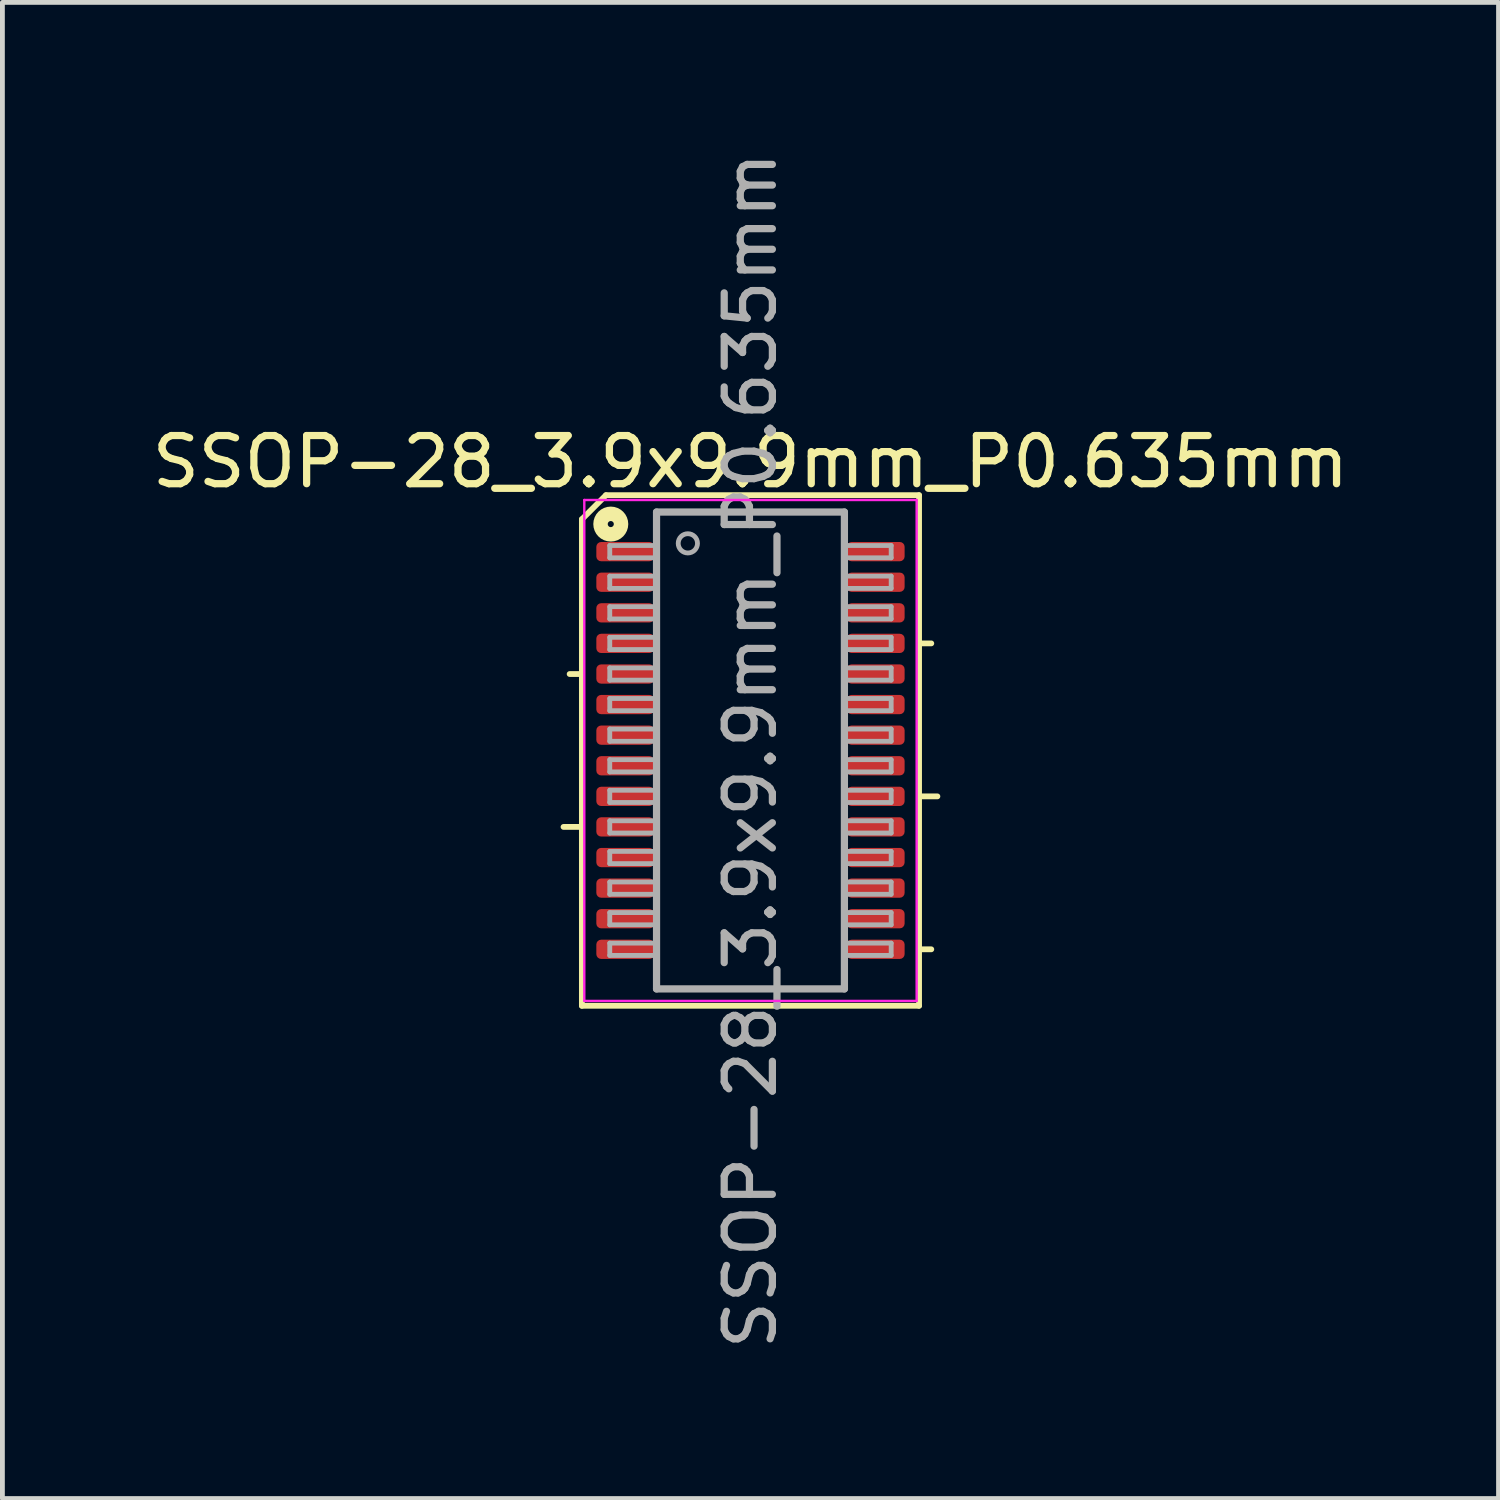
<source format=kicad_pcb>
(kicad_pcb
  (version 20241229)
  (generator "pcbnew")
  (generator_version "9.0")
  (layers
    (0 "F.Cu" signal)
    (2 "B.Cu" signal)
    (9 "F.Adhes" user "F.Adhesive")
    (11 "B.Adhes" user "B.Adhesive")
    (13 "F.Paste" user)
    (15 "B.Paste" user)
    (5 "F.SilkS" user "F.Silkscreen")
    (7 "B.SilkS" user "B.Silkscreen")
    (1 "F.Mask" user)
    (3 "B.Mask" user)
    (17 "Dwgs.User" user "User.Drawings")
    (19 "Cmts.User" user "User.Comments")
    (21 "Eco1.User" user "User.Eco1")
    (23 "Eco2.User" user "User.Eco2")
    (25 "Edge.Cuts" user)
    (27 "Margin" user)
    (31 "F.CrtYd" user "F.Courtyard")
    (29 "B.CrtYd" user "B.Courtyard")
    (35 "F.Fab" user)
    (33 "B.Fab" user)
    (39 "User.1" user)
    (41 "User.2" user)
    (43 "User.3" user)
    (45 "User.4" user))
  (footprint "SSOP-28_3.9x9.9mm_P0.635mm"
    (layer "F.Cu")
    (at 12.53 12.53)
    (property "Reference" "SSOP-28_3.9x9.9mm_P0.635mm" (at 0 -5.993 0) (layer "F.SilkS") (effects (font (size 1 1) (thickness 0.15))))
    (attr smd)
    (fp_line (start -3.5 -4.8) (end -3.5 5.3) (stroke (width 0.12) (type solid)) (layer "F.SilkS"))
    (fp_line (start -3.5 -4.8) (end -3 -5.3) (stroke (width 0.12) (type solid)) (layer "F.SilkS"))
    (fp_line (start -3.5 -1.587) (end -3.754 -1.587) (stroke (width 0.12) (type solid)) (layer "F.SilkS"))
    (fp_line (start -3.5 1.587) (end -3.881 1.587) (stroke (width 0.12) (type solid)) (layer "F.SilkS"))
    (fp_line (start -3.5 5.3) (end 3.5 5.3) (stroke (width 0.12) (type solid)) (layer "F.SilkS"))
    (fp_line (start 3.5 -5.3) (end -3 -5.3) (stroke (width 0.12) (type solid)) (layer "F.SilkS"))
    (fp_line (start 3.5 -2.223) (end 3.754 -2.223) (stroke (width 0.12) (type solid)) (layer "F.SilkS"))
    (fp_line (start 3.5 0.953) (end 3.881 0.953) (stroke (width 0.12) (type solid)) (layer "F.SilkS"))
    (fp_line (start 3.5 4.128) (end 3.754 4.128) (stroke (width 0.12) (type solid)) (layer "F.SilkS"))
    (fp_line (start 3.5 5.3) (end 3.5 -5.3) (stroke (width 0.12) (type solid)) (layer "F.SilkS"))
    (fp_circle (center -2.9 -4.7) (end -2.837 -4.7) (stroke (width 0.3) (type solid)) (fill no) (layer "F.SilkS"))
    (fp_line (start -3.45 -5.2) (end -3.45 5.2) (stroke (width 0.05) (type solid)) (layer "F.CrtYd"))
    (fp_line (start -3.45 -5.2) (end 3.45 -5.2) (stroke (width 0.05) (type solid)) (layer "F.CrtYd"))
    (fp_line (start -3.45 5.2) (end 3.45 5.2) (stroke (width 0.05) (type solid)) (layer "F.CrtYd"))
    (fp_line (start 3.45 -5.2) (end 3.45 5.2) (stroke (width 0.05) (type solid)) (layer "F.CrtYd"))
    (fp_line (start -2.921 -4.255) (end -2.921 -4) (stroke (width 0.1) (type solid)) (layer "F.Fab"))
    (fp_line (start -2.921 -4.255) (end -1.968 -4.255) (stroke (width 0.1) (type solid)) (layer "F.Fab"))
    (fp_line (start -2.921 -4) (end -1.968 -4) (stroke (width 0.1) (type solid)) (layer "F.Fab"))
    (fp_line (start -2.921 -3.619) (end -2.921 -3.365) (stroke (width 0.1) (type solid)) (layer "F.Fab"))
    (fp_line (start -2.921 -3.619) (end -1.968 -3.619) (stroke (width 0.1) (type solid)) (layer "F.Fab"))
    (fp_line (start -2.921 -3.365) (end -1.968 -3.365) (stroke (width 0.1) (type solid)) (layer "F.Fab"))
    (fp_line (start -2.921 -2.985) (end -2.921 -2.731) (stroke (width 0.1) (type solid)) (layer "F.Fab"))
    (fp_line (start -2.921 -2.985) (end -1.968 -2.985) (stroke (width 0.1) (type solid)) (layer "F.Fab"))
    (fp_line (start -2.921 -2.731) (end -1.968 -2.731) (stroke (width 0.1) (type solid)) (layer "F.Fab"))
    (fp_line (start -2.921 -2.349) (end -2.921 -2.095) (stroke (width 0.1) (type solid)) (layer "F.Fab"))
    (fp_line (start -2.921 -2.349) (end -1.968 -2.349) (stroke (width 0.1) (type solid)) (layer "F.Fab"))
    (fp_line (start -2.921 -2.095) (end -1.968 -2.095) (stroke (width 0.1) (type solid)) (layer "F.Fab"))
    (fp_line (start -2.921 -1.714) (end -2.921 -1.46) (stroke (width 0.1) (type solid)) (layer "F.Fab"))
    (fp_line (start -2.921 -1.714) (end -1.968 -1.714) (stroke (width 0.1) (type solid)) (layer "F.Fab"))
    (fp_line (start -2.921 -1.46) (end -1.968 -1.46) (stroke (width 0.1) (type solid)) (layer "F.Fab"))
    (fp_line (start -2.921 -1.079) (end -2.921 -0.826) (stroke (width 0.1) (type solid)) (layer "F.Fab"))
    (fp_line (start -2.921 -1.079) (end -1.968 -1.079) (stroke (width 0.1) (type solid)) (layer "F.Fab"))
    (fp_line (start -2.921 -0.826) (end -1.968 -0.826) (stroke (width 0.1) (type solid)) (layer "F.Fab"))
    (fp_line (start -2.921 -0.445) (end -2.921 -0.191) (stroke (width 0.1) (type solid)) (layer "F.Fab"))
    (fp_line (start -2.921 -0.445) (end -1.968 -0.445) (stroke (width 0.1) (type solid)) (layer "F.Fab"))
    (fp_line (start -2.921 -0.191) (end -1.968 -0.191) (stroke (width 0.1) (type solid)) (layer "F.Fab"))
    (fp_line (start -2.921 0.191) (end -2.921 0.445) (stroke (width 0.1) (type solid)) (layer "F.Fab"))
    (fp_line (start -2.921 0.191) (end -1.968 0.191) (stroke (width 0.1) (type solid)) (layer "F.Fab"))
    (fp_line (start -2.921 0.445) (end -1.968 0.445) (stroke (width 0.1) (type solid)) (layer "F.Fab"))
    (fp_line (start -2.921 0.826) (end -2.921 1.079) (stroke (width 0.1) (type solid)) (layer "F.Fab"))
    (fp_line (start -2.921 0.826) (end -1.968 0.826) (stroke (width 0.1) (type solid)) (layer "F.Fab"))
    (fp_line (start -2.921 1.079) (end -1.968 1.079) (stroke (width 0.1) (type solid)) (layer "F.Fab"))
    (fp_line (start -2.921 1.46) (end -2.921 1.714) (stroke (width 0.1) (type solid)) (layer "F.Fab"))
    (fp_line (start -2.921 1.46) (end -1.968 1.46) (stroke (width 0.1) (type solid)) (layer "F.Fab"))
    (fp_line (start -2.921 1.714) (end -1.968 1.714) (stroke (width 0.1) (type solid)) (layer "F.Fab"))
    (fp_line (start -2.921 2.095) (end -2.921 2.349) (stroke (width 0.1) (type solid)) (layer "F.Fab"))
    (fp_line (start -2.921 2.095) (end -1.968 2.095) (stroke (width 0.1) (type solid)) (layer "F.Fab"))
    (fp_line (start -2.921 2.349) (end -1.968 2.349) (stroke (width 0.1) (type solid)) (layer "F.Fab"))
    (fp_line (start -2.921 2.731) (end -2.921 2.985) (stroke (width 0.1) (type solid)) (layer "F.Fab"))
    (fp_line (start -2.921 2.731) (end -1.968 2.731) (stroke (width 0.1) (type solid)) (layer "F.Fab"))
    (fp_line (start -2.921 2.985) (end -1.968 2.985) (stroke (width 0.1) (type solid)) (layer "F.Fab"))
    (fp_line (start -2.921 3.365) (end -2.921 3.619) (stroke (width 0.1) (type solid)) (layer "F.Fab"))
    (fp_line (start -2.921 3.365) (end -1.968 3.365) (stroke (width 0.1) (type solid)) (layer "F.Fab"))
    (fp_line (start -2.921 3.619) (end -1.968 3.619) (stroke (width 0.1) (type solid)) (layer "F.Fab"))
    (fp_line (start -2.921 4) (end -2.921 4.255) (stroke (width 0.1) (type solid)) (layer "F.Fab"))
    (fp_line (start -2.921 4) (end -1.968 4) (stroke (width 0.1) (type solid)) (layer "F.Fab"))
    (fp_line (start -2.921 4.255) (end -1.968 4.255) (stroke (width 0.1) (type solid)) (layer "F.Fab"))
    (fp_line (start -1.95 -4.95) (end 1.95 -4.95) (stroke (width 0.15) (type solid)) (layer "F.Fab"))
    (fp_line (start -1.95 4.95) (end -1.95 -4.95) (stroke (width 0.15) (type solid)) (layer "F.Fab"))
    (fp_line (start 1.95 -4.95) (end 1.95 4.95) (stroke (width 0.15) (type solid)) (layer "F.Fab"))
    (fp_line (start 1.95 4.95) (end -1.95 4.95) (stroke (width 0.15) (type solid)) (layer "F.Fab"))
    (fp_line (start 2.921 -4.255) (end 1.968 -4.255) (stroke (width 0.1) (type solid)) (layer "F.Fab"))
    (fp_line (start 2.921 -4) (end 1.968 -4) (stroke (width 0.1) (type solid)) (layer "F.Fab"))
    (fp_line (start 2.921 -4) (end 2.921 -4.255) (stroke (width 0.1) (type solid)) (layer "F.Fab"))
    (fp_line (start 2.921 -3.619) (end 1.968 -3.619) (stroke (width 0.1) (type solid)) (layer "F.Fab"))
    (fp_line (start 2.921 -3.365) (end 1.968 -3.365) (stroke (width 0.1) (type solid)) (layer "F.Fab"))
    (fp_line (start 2.921 -3.365) (end 2.921 -3.619) (stroke (width 0.1) (type solid)) (layer "F.Fab"))
    (fp_line (start 2.921 -2.985) (end 1.968 -2.985) (stroke (width 0.1) (type solid)) (layer "F.Fab"))
    (fp_line (start 2.921 -2.731) (end 1.968 -2.731) (stroke (width 0.1) (type solid)) (layer "F.Fab"))
    (fp_line (start 2.921 -2.731) (end 2.921 -2.985) (stroke (width 0.1) (type solid)) (layer "F.Fab"))
    (fp_line (start 2.921 -2.349) (end 1.968 -2.349) (stroke (width 0.1) (type solid)) (layer "F.Fab"))
    (fp_line (start 2.921 -2.095) (end 1.968 -2.095) (stroke (width 0.1) (type solid)) (layer "F.Fab"))
    (fp_line (start 2.921 -2.095) (end 2.921 -2.349) (stroke (width 0.1) (type solid)) (layer "F.Fab"))
    (fp_line (start 2.921 -1.714) (end 1.968 -1.714) (stroke (width 0.1) (type solid)) (layer "F.Fab"))
    (fp_line (start 2.921 -1.46) (end 1.968 -1.46) (stroke (width 0.1) (type solid)) (layer "F.Fab"))
    (fp_line (start 2.921 -1.46) (end 2.921 -1.714) (stroke (width 0.1) (type solid)) (layer "F.Fab"))
    (fp_line (start 2.921 -1.079) (end 1.968 -1.079) (stroke (width 0.1) (type solid)) (layer "F.Fab"))
    (fp_line (start 2.921 -0.826) (end 1.968 -0.826) (stroke (width 0.1) (type solid)) (layer "F.Fab"))
    (fp_line (start 2.921 -0.826) (end 2.921 -1.079) (stroke (width 0.1) (type solid)) (layer "F.Fab"))
    (fp_line (start 2.921 -0.445) (end 1.968 -0.445) (stroke (width 0.1) (type solid)) (layer "F.Fab"))
    (fp_line (start 2.921 -0.191) (end 1.968 -0.191) (stroke (width 0.1) (type solid)) (layer "F.Fab"))
    (fp_line (start 2.921 -0.191) (end 2.921 -0.445) (stroke (width 0.1) (type solid)) (layer "F.Fab"))
    (fp_line (start 2.921 0.191) (end 1.968 0.191) (stroke (width 0.1) (type solid)) (layer "F.Fab"))
    (fp_line (start 2.921 0.445) (end 1.968 0.445) (stroke (width 0.1) (type solid)) (layer "F.Fab"))
    (fp_line (start 2.921 0.445) (end 2.921 0.191) (stroke (width 0.1) (type solid)) (layer "F.Fab"))
    (fp_line (start 2.921 0.826) (end 1.968 0.826) (stroke (width 0.1) (type solid)) (layer "F.Fab"))
    (fp_line (start 2.921 1.079) (end 1.968 1.079) (stroke (width 0.1) (type solid)) (layer "F.Fab"))
    (fp_line (start 2.921 1.079) (end 2.921 0.826) (stroke (width 0.1) (type solid)) (layer "F.Fab"))
    (fp_line (start 2.921 1.46) (end 1.968 1.46) (stroke (width 0.1) (type solid)) (layer "F.Fab"))
    (fp_line (start 2.921 1.714) (end 1.968 1.714) (stroke (width 0.1) (type solid)) (layer "F.Fab"))
    (fp_line (start 2.921 1.714) (end 2.921 1.46) (stroke (width 0.1) (type solid)) (layer "F.Fab"))
    (fp_line (start 2.921 2.095) (end 1.968 2.095) (stroke (width 0.1) (type solid)) (layer "F.Fab"))
    (fp_line (start 2.921 2.349) (end 1.968 2.349) (stroke (width 0.1) (type solid)) (layer "F.Fab"))
    (fp_line (start 2.921 2.349) (end 2.921 2.095) (stroke (width 0.1) (type solid)) (layer "F.Fab"))
    (fp_line (start 2.921 2.731) (end 1.968 2.731) (stroke (width 0.1) (type solid)) (layer "F.Fab"))
    (fp_line (start 2.921 2.985) (end 1.968 2.985) (stroke (width 0.1) (type solid)) (layer "F.Fab"))
    (fp_line (start 2.921 2.985) (end 2.921 2.731) (stroke (width 0.1) (type solid)) (layer "F.Fab"))
    (fp_line (start 2.921 3.365) (end 1.968 3.365) (stroke (width 0.1) (type solid)) (layer "F.Fab"))
    (fp_line (start 2.921 3.619) (end 1.968 3.619) (stroke (width 0.1) (type solid)) (layer "F.Fab"))
    (fp_line (start 2.921 3.619) (end 2.921 3.365) (stroke (width 0.1) (type solid)) (layer "F.Fab"))
    (fp_line (start 2.921 4) (end 1.968 4) (stroke (width 0.1) (type solid)) (layer "F.Fab"))
    (fp_line (start 2.921 4.255) (end 1.968 4.255) (stroke (width 0.1) (type solid)) (layer "F.Fab"))
    (fp_line (start 2.921 4.255) (end 2.921 4) (stroke (width 0.1) (type solid)) (layer "F.Fab"))
    (fp_circle (center -1.3 -4.3) (end -1.1 -4.3) (stroke (width 0.1) (type solid)) (fill no) (layer "F.Fab"))
    (fp_text user "${REFERENCE}" (at 0 0 90) (layer "F.Fab") (effects (font (size 1 1) (thickness 0.15))))
    (pad "1" smd roundrect (at -2.6 -4.128) (size 1.2 0.4) (layers "F.Cu" "F.Mask" "F.Paste") (roundrect_rratio 0.25))
    (pad "2" smd roundrect (at -2.6 -3.493) (size 1.2 0.4) (layers "F.Cu" "F.Mask" "F.Paste") (roundrect_rratio 0.25))
    (pad "3" smd roundrect (at -2.6 -2.857) (size 1.2 0.4) (layers "F.Cu" "F.Mask" "F.Paste") (roundrect_rratio 0.25))
    (pad "4" smd roundrect (at -2.6 -2.223) (size 1.2 0.4) (layers "F.Cu" "F.Mask" "F.Paste") (roundrect_rratio 0.25))
    (pad "5" smd roundrect (at -2.6 -1.587) (size 1.2 0.4) (layers "F.Cu" "F.Mask" "F.Paste") (roundrect_rratio 0.25))
    (pad "6" smd roundrect (at -2.6 -0.953) (size 1.2 0.4) (layers "F.Cu" "F.Mask" "F.Paste") (roundrect_rratio 0.25))
    (pad "7" smd roundrect (at -2.6 -0.318) (size 1.2 0.4) (layers "F.Cu" "F.Mask" "F.Paste") (roundrect_rratio 0.25))
    (pad "8" smd roundrect (at -2.6 0.318) (size 1.2 0.4) (layers "F.Cu" "F.Mask" "F.Paste") (roundrect_rratio 0.25))
    (pad "9" smd roundrect (at -2.6 0.953) (size 1.2 0.4) (layers "F.Cu" "F.Mask" "F.Paste") (roundrect_rratio 0.25))
    (pad "10" smd roundrect (at -2.6 1.587) (size 1.2 0.4) (layers "F.Cu" "F.Mask" "F.Paste") (roundrect_rratio 0.25))
    (pad "11" smd roundrect (at -2.6 2.223) (size 1.2 0.4) (layers "F.Cu" "F.Mask" "F.Paste") (roundrect_rratio 0.25))
    (pad "12" smd roundrect (at -2.6 2.857) (size 1.2 0.4) (layers "F.Cu" "F.Mask" "F.Paste") (roundrect_rratio 0.25))
    (pad "13" smd roundrect (at -2.6 3.493) (size 1.2 0.4) (layers "F.Cu" "F.Mask" "F.Paste") (roundrect_rratio 0.25))
    (pad "14" smd roundrect (at -2.6 4.128) (size 1.2 0.4) (layers "F.Cu" "F.Mask" "F.Paste") (roundrect_rratio 0.25))
    (pad "15" smd roundrect (at 2.6 4.128) (size 1.2 0.4) (layers "F.Cu" "F.Mask" "F.Paste") (roundrect_rratio 0.25))
    (pad "16" smd roundrect (at 2.6 3.493) (size 1.2 0.4) (layers "F.Cu" "F.Mask" "F.Paste") (roundrect_rratio 0.25))
    (pad "17" smd roundrect (at 2.6 2.857) (size 1.2 0.4) (layers "F.Cu" "F.Mask" "F.Paste") (roundrect_rratio 0.25))
    (pad "18" smd roundrect (at 2.6 2.223) (size 1.2 0.4) (layers "F.Cu" "F.Mask" "F.Paste") (roundrect_rratio 0.25))
    (pad "19" smd roundrect (at 2.6 1.587) (size 1.2 0.4) (layers "F.Cu" "F.Mask" "F.Paste") (roundrect_rratio 0.25))
    (pad "20" smd roundrect (at 2.6 0.953) (size 1.2 0.4) (layers "F.Cu" "F.Mask" "F.Paste") (roundrect_rratio 0.25))
    (pad "21" smd roundrect (at 2.6 0.318) (size 1.2 0.4) (layers "F.Cu" "F.Mask" "F.Paste") (roundrect_rratio 0.25))
    (pad "22" smd roundrect (at 2.6 -0.318) (size 1.2 0.4) (layers "F.Cu" "F.Mask" "F.Paste") (roundrect_rratio 0.25))
    (pad "23" smd roundrect (at 2.6 -0.953) (size 1.2 0.4) (layers "F.Cu" "F.Mask" "F.Paste") (roundrect_rratio 0.25))
    (pad "24" smd roundrect (at 2.6 -1.587) (size 1.2 0.4) (layers "F.Cu" "F.Mask" "F.Paste") (roundrect_rratio 0.25))
    (pad "25" smd roundrect (at 2.6 -2.223) (size 1.2 0.4) (layers "F.Cu" "F.Mask" "F.Paste") (roundrect_rratio 0.25))
    (pad "26" smd roundrect (at 2.6 -2.857) (size 1.2 0.4) (layers "F.Cu" "F.Mask" "F.Paste") (roundrect_rratio 0.25))
    (pad "27" smd roundrect (at 2.6 -3.493) (size 1.2 0.4) (layers "F.Cu" "F.Mask" "F.Paste") (roundrect_rratio 0.25))
    (pad "28" smd roundrect (at 2.6 -4.128) (size 1.2 0.4) (layers "F.Cu" "F.Mask" "F.Paste") (roundrect_rratio 0.25)))
  (gr_rect
    (start -3 -3)
    (end 28.06 28.06)
    (stroke (width 0.1) (type default))
    (fill no)
    (layer "Edge.Cuts")))
</source>
